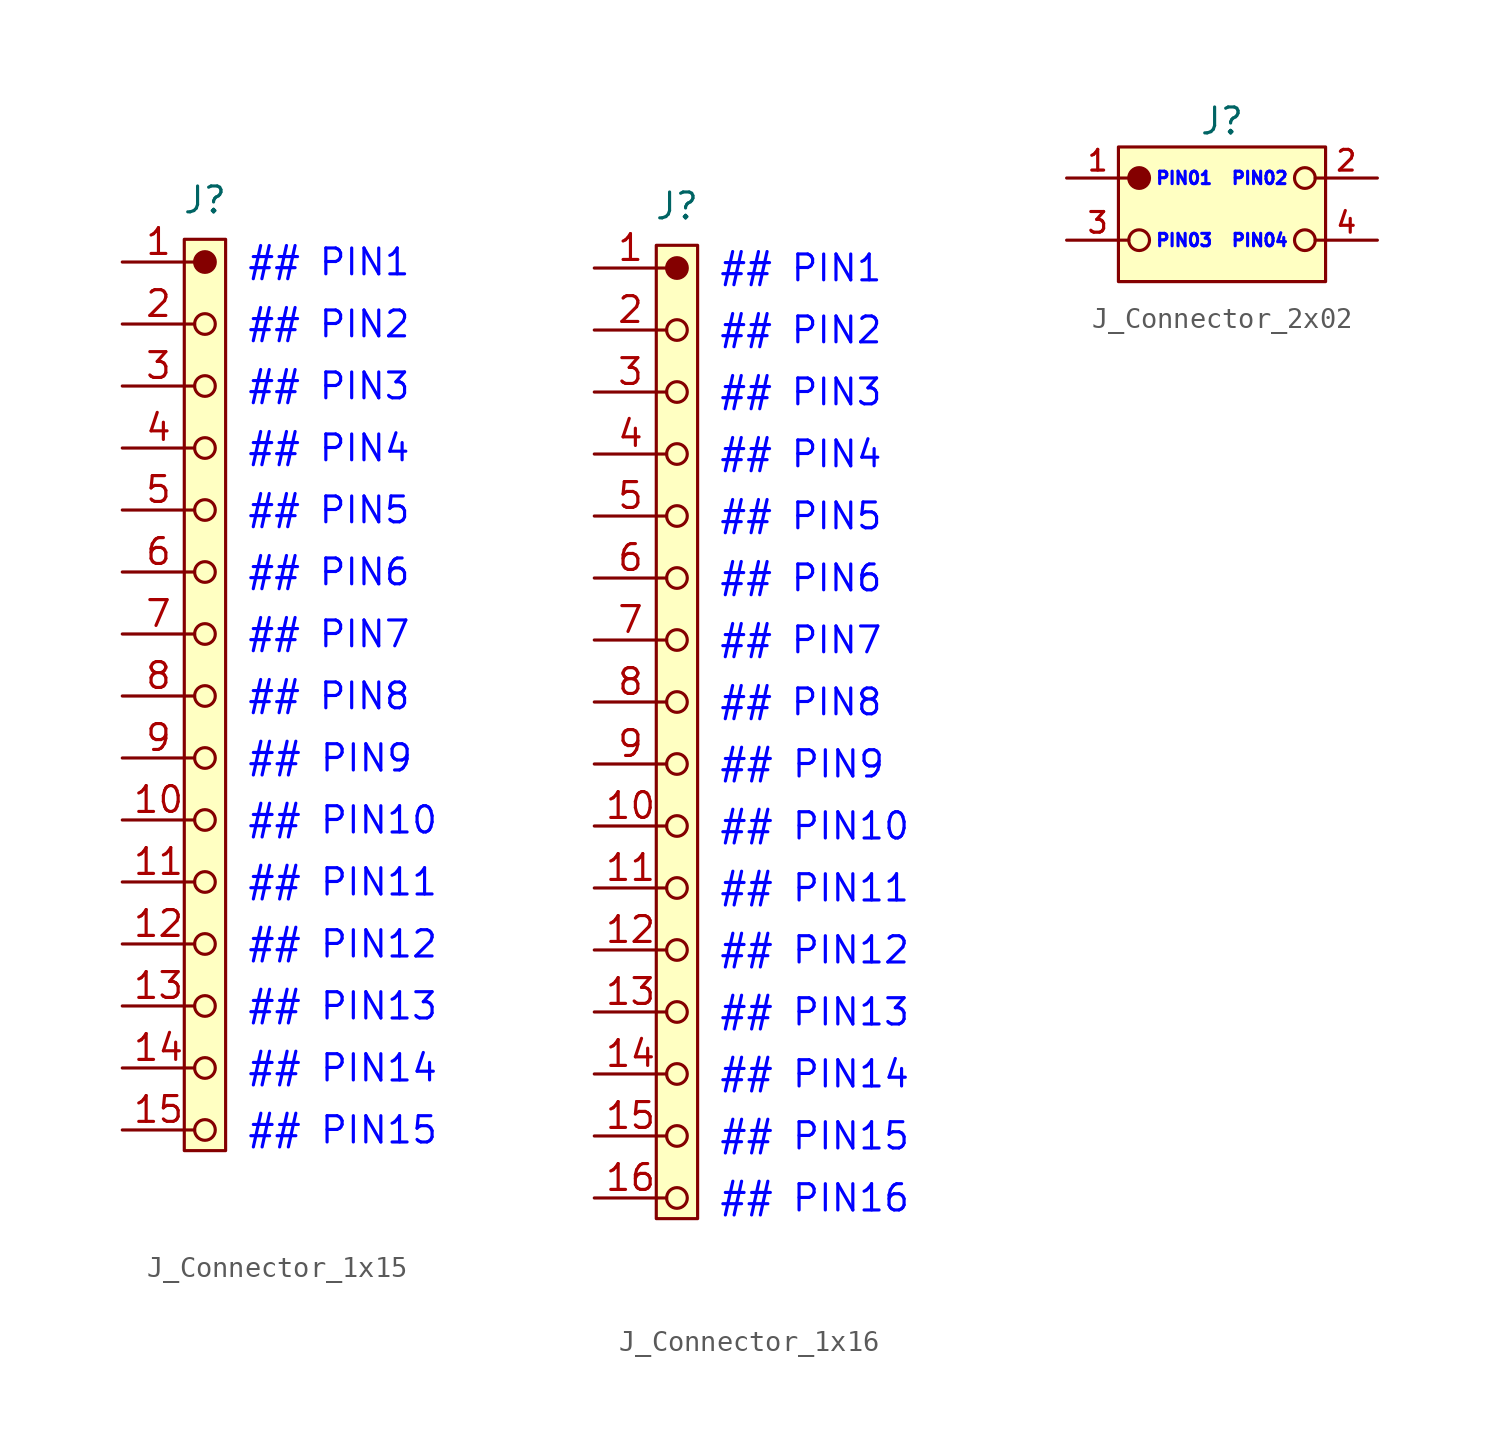
<source format=kicad_sym>
(kicad_symbol_lib
  (version 20241209)
  (generator "kicad_symbol_editor")
  (generator_version "9.0")
  (symbol "J_Connector_1x15"
    (pin_names
      (offset 0)
      (hide yes))
    (property "Reference" "J"
      (at 4 3 0)
      (do_not_autoplace)
      (effects (font (size 1.25 1.25))))
    (property "PIN_01" "## PIN1"
      (at 6 0 0)
      (do_not_autoplace)
      (effects (font (size 1.25 1.25) (color 0 0 255 1)) (justify left)))
    (property "PIN_02" "## PIN2"
      (at 6 -3 0)
      (do_not_autoplace)
      (effects (font (size 1.25 1.25) (color 0 0 255 1)) (justify left)))
    (property "PIN_03" "## PIN3"
      (at 6 -6 0)
      (do_not_autoplace)
      (effects (font (size 1.25 1.25) (color 0 0 255 1)) (justify left)))
    (property "PIN_04" "## PIN4"
      (at 6 -9 0)
      (do_not_autoplace)
      (effects (font (size 1.25 1.25) (color 0 0 255 1)) (justify left)))
    (property "PIN_05" "## PIN5"
      (at 6 -12 0)
      (do_not_autoplace)
      (effects (font (size 1.25 1.25) (color 0 0 255 1)) (justify left)))
    (property "PIN_06" "## PIN6"
      (at 6 -15 0)
      (do_not_autoplace)
      (effects (font (size 1.25 1.25) (color 0 0 255 1)) (justify left)))
    (property "PIN_07" "## PIN7"
      (at 6 -18 0)
      (do_not_autoplace)
      (effects (font (size 1.25 1.25) (color 0 0 255 1)) (justify left)))
    (property "PIN_08" "## PIN8"
      (at 6 -21 0)
      (do_not_autoplace)
      (effects (font (size 1.25 1.25) (color 0 0 255 1)) (justify left)))
    (property "PIN_09" "## PIN9"
      (at 6 -24 0)
      (do_not_autoplace)
      (effects (font (size 1.27 1.27) (color 0 0 255 1)) (justify left)))
    (property "PIN_10" "## PIN10"
      (at 6 -27 0)
      (do_not_autoplace)
      (effects (font (size 1.27 1.27) (color 0 0 255 1)) (justify left)))
    (property "PIN_11" "## PIN11"
      (at 6 -30 0)
      (do_not_autoplace)
      (effects (font (size 1.27 1.27) (color 0 0 255 1)) (justify left)))
    (property "PIN_12" "## PIN12"
      (at 6 -33 0)
      (do_not_autoplace)
      (effects (font (size 1.27 1.27) (color 0 0 255 1)) (justify left)))
    (property "PIN_13" "## PIN13"
      (at 6 -36 0)
      (do_not_autoplace)
      (effects (font (size 1.27 1.27) (color 0 0 255 1)) (justify left)))
    (property "PIN_14" "## PIN14"
      (at 6 -39 0)
      (do_not_autoplace)
      (effects (font (size 1.27 1.27) (color 0 0 255 1)) (justify left)))
    (property "PIN_15" "## PIN15"
      (at 6 -42 0)
      (do_not_autoplace)
      (effects (font (size 1.27 1.27) (color 0 0 255 1)) (justify left)))
    (symbol "J_Connector_1x15_0_1"
      (circle (center 4 -3) (radius 0.5) (stroke (width 0) (type default)) (fill (type none)))
      (circle (center 4 -6) (radius 0.5) (stroke (width 0) (type default)) (fill (type none)))
      (circle (center 4 -9) (radius 0.5) (stroke (width 0) (type default)) (fill (type none)))
      (circle (center 4 -12) (radius 0.5) (stroke (width 0) (type default)) (fill (type none)))
      (circle (center 4 -15) (radius 0.5) (stroke (width 0) (type default)) (fill (type none)))
      (circle (center 4 -18) (radius 0.5) (stroke (width 0) (type default)) (fill (type none)))
      (circle (center 4 -21) (radius 0.5) (stroke (width 0) (type default)) (fill (type none)))
      (circle (center 4 -24) (radius 0.5) (stroke (width 0) (type default)) (fill (type none)))
      (circle (center 4 -27) (radius 0.5) (stroke (width 0) (type default)) (fill (type none)))
      (circle (center 4 -30) (radius 0.5) (stroke (width 0) (type default)) (fill (type none)))
      (circle (center 4 -33) (radius 0.5) (stroke (width 0) (type default)) (fill (type none)))
      (circle (center 4 -36) (radius 0.5) (stroke (width 0) (type default)) (fill (type none)))
      (circle (center 4 -39) (radius 0.5) (stroke (width 0) (type default)) (fill (type none)))
      (circle (center 4 -42) (radius 0.5) (stroke (width 0) (type default)) (fill (type none))))
    (symbol "J_Connector_1x15_1_1"
      (rectangle (start 3 1.1) (end 5 -43) (stroke (width 0) (type default)) (fill (type background)))
      (circle (center 4 0) (radius 0.5) (stroke (width 0) (type default)) (fill (type outline)))
      (pin passive line (at 0 0 0) (length 3.5) (name "1" (effects (font (size 1.25 1.25)))) (number "1" (effects (font (size 1.25 1.25)))))
      (pin passive line (at 0 -3 0) (length 3.5) (name "2" (effects (font (size 1.25 1.25)))) (number "2" (effects (font (size 1.25 1.25)))))
      (pin passive line (at 0 -6 0) (length 3.5) (name "3" (effects (font (size 1.25 1.25)))) (number "3" (effects (font (size 1.25 1.25)))))
      (pin passive line (at 0 -9 0) (length 3.5) (name "4" (effects (font (size 1.25 1.25)))) (number "4" (effects (font (size 1.25 1.25)))))
      (pin passive line (at 0 -12 0) (length 3.5) (name "5" (effects (font (size 1.25 1.25)))) (number "5" (effects (font (size 1.25 1.25)))))
      (pin passive line (at 0 -15 0) (length 3.5) (name "6" (effects (font (size 1.25 1.25)))) (number "6" (effects (font (size 1.25 1.25)))))
      (pin passive line (at 0 -18 0) (length 3.5) (name "7" (effects (font (size 1.25 1.25)))) (number "7" (effects (font (size 1.25 1.25)))))
      (pin passive line (at 0 -21 0) (length 3.5) (name "8" (effects (font (size 1.25 1.25)))) (number "8" (effects (font (size 1.25 1.25)))))
      (pin passive line (at 0 -24 0) (length 3.5) (name "9" (effects (font (size 1.25 1.25)))) (number "9" (effects (font (size 1.25 1.25)))))
      (pin passive line (at 0 -27 0) (length 3.5) (name "10" (effects (font (size 1.25 1.25)))) (number "10" (effects (font (size 1.25 1.25)))))
      (pin passive line (at 0 -30 0) (length 3.5) (name "11" (effects (font (size 1.25 1.25)))) (number "11" (effects (font (size 1.25 1.25)))))
      (pin passive line (at 0 -33 0) (length 3.5) (name "12" (effects (font (size 1.25 1.25)))) (number "12" (effects (font (size 1.25 1.25)))))
      (pin passive line (at 0 -36 0) (length 3.5) (name "13" (effects (font (size 1.25 1.25)))) (number "13" (effects (font (size 1.25 1.25)))))
      (pin passive line (at 0 -39 0) (length 3.5) (name "14" (effects (font (size 1.25 1.25)))) (number "14" (effects (font (size 1.25 1.25)))))
      (pin passive line (at 0 -42 0) (length 3.5) (name "15" (effects (font (size 1.25 1.25)))) (number "15" (effects (font (size 1.25 1.25)))))))
  (symbol "J_Connector_1x16"
    (pin_names
      (offset 0)
      (hide yes))
    (property "Reference" "J"
      (at 4 3 0)
      (do_not_autoplace)
      (effects (font (size 1.25 1.25))))
    (property "PIN_01" "## PIN1"
      (at 6 0 0)
      (do_not_autoplace)
      (effects (font (size 1.25 1.25) (color 0 0 255 1)) (justify left)))
    (property "PIN_02" "## PIN2"
      (at 6 -3 0)
      (do_not_autoplace)
      (effects (font (size 1.25 1.25) (color 0 0 255 1)) (justify left)))
    (property "PIN_03" "## PIN3"
      (at 6 -6 0)
      (do_not_autoplace)
      (effects (font (size 1.25 1.25) (color 0 0 255 1)) (justify left)))
    (property "PIN_04" "## PIN4"
      (at 6 -9 0)
      (do_not_autoplace)
      (effects (font (size 1.25 1.25) (color 0 0 255 1)) (justify left)))
    (property "PIN_05" "## PIN5"
      (at 6 -12 0)
      (do_not_autoplace)
      (effects (font (size 1.25 1.25) (color 0 0 255 1)) (justify left)))
    (property "PIN_06" "## PIN6"
      (at 6 -15 0)
      (do_not_autoplace)
      (effects (font (size 1.25 1.25) (color 0 0 255 1)) (justify left)))
    (property "PIN_07" "## PIN7"
      (at 6 -18 0)
      (do_not_autoplace)
      (effects (font (size 1.25 1.25) (color 0 0 255 1)) (justify left)))
    (property "PIN_08" "## PIN8"
      (at 6 -21 0)
      (do_not_autoplace)
      (effects (font (size 1.25 1.25) (color 0 0 255 1)) (justify left)))
    (property "PIN_09" "## PIN9"
      (at 6 -24 0)
      (do_not_autoplace)
      (effects (font (size 1.27 1.27) (color 0 0 255 1)) (justify left)))
    (property "PIN_10" "## PIN10"
      (at 6 -27 0)
      (do_not_autoplace)
      (effects (font (size 1.27 1.27) (color 0 0 255 1)) (justify left)))
    (property "PIN_11" "## PIN11"
      (at 6 -30 0)
      (do_not_autoplace)
      (effects (font (size 1.27 1.27) (color 0 0 255 1)) (justify left)))
    (property "PIN_12" "## PIN12"
      (at 6 -33 0)
      (do_not_autoplace)
      (effects (font (size 1.27 1.27) (color 0 0 255 1)) (justify left)))
    (property "PIN_13" "## PIN13"
      (at 6 -36 0)
      (do_not_autoplace)
      (effects (font (size 1.27 1.27) (color 0 0 255 1)) (justify left)))
    (property "PIN_14" "## PIN14"
      (at 6 -39 0)
      (do_not_autoplace)
      (effects (font (size 1.27 1.27) (color 0 0 255 1)) (justify left)))
    (property "PIN_15" "## PIN15"
      (at 6 -42 0)
      (do_not_autoplace)
      (effects (font (size 1.27 1.27) (color 0 0 255 1)) (justify left)))
    (property "PIN_16" "## PIN16"
      (at 6 -45 0)
      (do_not_autoplace)
      (effects (font (size 1.27 1.27) (color 0 0 255 1)) (justify left)))
    (symbol "J_Connector_1x16_0_1"
      (circle (center 4 -3) (radius 0.5) (stroke (width 0) (type default)) (fill (type none)))
      (circle (center 4 -6) (radius 0.5) (stroke (width 0) (type default)) (fill (type none)))
      (circle (center 4 -9) (radius 0.5) (stroke (width 0) (type default)) (fill (type none)))
      (circle (center 4 -12) (radius 0.5) (stroke (width 0) (type default)) (fill (type none)))
      (circle (center 4 -15) (radius 0.5) (stroke (width 0) (type default)) (fill (type none)))
      (circle (center 4 -18) (radius 0.5) (stroke (width 0) (type default)) (fill (type none)))
      (circle (center 4 -21) (radius 0.5) (stroke (width 0) (type default)) (fill (type none)))
      (circle (center 4 -24) (radius 0.5) (stroke (width 0) (type default)) (fill (type none)))
      (circle (center 4 -27) (radius 0.5) (stroke (width 0) (type default)) (fill (type none)))
      (circle (center 4 -30) (radius 0.5) (stroke (width 0) (type default)) (fill (type none)))
      (circle (center 4 -33) (radius 0.5) (stroke (width 0) (type default)) (fill (type none)))
      (circle (center 4 -36) (radius 0.5) (stroke (width 0) (type default)) (fill (type none)))
      (circle (center 4 -39) (radius 0.5) (stroke (width 0) (type default)) (fill (type none)))
      (circle (center 4 -42) (radius 0.5) (stroke (width 0) (type default)) (fill (type none)))
      (circle (center 4 -45) (radius 0.5) (stroke (width 0) (type default)) (fill (type none))))
    (symbol "J_Connector_1x16_1_1"
      (rectangle (start 3 1.1) (end 5 -46) (stroke (width 0) (type default)) (fill (type background)))
      (circle (center 4 0) (radius 0.5) (stroke (width 0) (type default)) (fill (type outline)))
      (pin passive line (at 0 0 0) (length 3.5) (name "1" (effects (font (size 1.25 1.25)))) (number "1" (effects (font (size 1.25 1.25)))))
      (pin passive line (at 0 -3 0) (length 3.5) (name "2" (effects (font (size 1.25 1.25)))) (number "2" (effects (font (size 1.25 1.25)))))
      (pin passive line (at 0 -6 0) (length 3.5) (name "3" (effects (font (size 1.25 1.25)))) (number "3" (effects (font (size 1.25 1.25)))))
      (pin passive line (at 0 -9 0) (length 3.5) (name "4" (effects (font (size 1.25 1.25)))) (number "4" (effects (font (size 1.25 1.25)))))
      (pin passive line (at 0 -12 0) (length 3.5) (name "5" (effects (font (size 1.25 1.25)))) (number "5" (effects (font (size 1.25 1.25)))))
      (pin passive line (at 0 -15 0) (length 3.5) (name "6" (effects (font (size 1.25 1.25)))) (number "6" (effects (font (size 1.25 1.25)))))
      (pin passive line (at 0 -18 0) (length 3.5) (name "7" (effects (font (size 1.25 1.25)))) (number "7" (effects (font (size 1.25 1.25)))))
      (pin passive line (at 0 -21 0) (length 3.5) (name "8" (effects (font (size 1.25 1.25)))) (number "8" (effects (font (size 1.25 1.25)))))
      (pin passive line (at 0 -24 0) (length 3.5) (name "9" (effects (font (size 1.25 1.25)))) (number "9" (effects (font (size 1.25 1.25)))))
      (pin passive line (at 0 -27 0) (length 3.5) (name "10" (effects (font (size 1.25 1.25)))) (number "10" (effects (font (size 1.25 1.25)))))
      (pin passive line (at 0 -30 0) (length 3.5) (name "11" (effects (font (size 1.25 1.25)))) (number "11" (effects (font (size 1.25 1.25)))))
      (pin passive line (at 0 -33 0) (length 3.5) (name "12" (effects (font (size 1.25 1.25)))) (number "12" (effects (font (size 1.25 1.25)))))
      (pin passive line (at 0 -36 0) (length 3.5) (name "13" (effects (font (size 1.25 1.25)))) (number "13" (effects (font (size 1.25 1.25)))))
      (pin passive line (at 0 -39 0) (length 3.5) (name "14" (effects (font (size 1.25 1.25)))) (number "14" (effects (font (size 1.25 1.25)))))
      (pin passive line (at 0 -42 0) (length 3.5) (name "15" (effects (font (size 1.25 1.25)))) (number "15" (effects (font (size 1.25 1.25)))))
      (pin passive line (at 0 -45 0) (length 3.5) (name "16" (effects (font (size 1.25 1.25)))) (number "16" (effects (font (size 1.25 1.25)))))))
  (symbol "J_Connector_2x02"
    (pin_names
      (offset 0)
      (hide yes))
    (property "Reference" "J"
      (at 7.5 2.75 0)
      (do_not_autoplace)
      (effects (font (size 1.25 1.25))))
    (property "PIN_01" "PIN01"
      (at 4.25 0 0)
      (do_not_autoplace)
      (effects (font (size 0.6 0.6) (color 0 0 255 1)) (justify left)))
    (property "PIN_02" "PIN02"
      (at 10.75 0 0)
      (do_not_autoplace)
      (effects (font (size 0.6 0.6) (color 0 0 255 1)) (justify right)))
    (property "PIN_03" "PIN03"
      (at 4.25 -3 0)
      (do_not_autoplace)
      (effects (font (size 0.6 0.6) (color 0 0 255 1)) (justify left)))
    (property "PIN_04" "PIN04"
      (at 10.75 -3 0)
      (do_not_autoplace)
      (effects (font (size 0.6 0.6) (color 0 0 255 1)) (justify right)))
    (symbol "J_Connector_2x02_0_1"
      (circle (center 3.5 -3) (radius 0.5) (stroke (width 0) (type default)) (fill (type none)))
      (circle (center 11.5 0) (radius 0.5) (stroke (width 0) (type default)) (fill (type none)))
      (circle (center 11.5 -3) (radius 0.5) (stroke (width 0) (type default)) (fill (type none))))
    (symbol "J_Connector_2x02_1_1"
      (rectangle (start 2.5 1.5) (end 12.5 -5) (stroke (width 0) (type default)) (fill (type background)))
      (circle (center 3.5 0) (radius 0.5) (stroke (width 0) (type default)) (fill (type outline)))
      (pin passive line (at 0 0 0) (length 3) (name "1" (effects (font (size 1 1)))) (number "1" (effects (font (size 1 1)))))
      (pin passive line (at 0 -3 0) (length 3) (name "3" (effects (font (size 1 1)))) (number "3" (effects (font (size 1 1)))))
      (pin passive line (at 15 0 180) (length 3) (name "2" (effects (font (size 1 1)))) (number "2" (effects (font (size 1 1)))))
      (pin passive line (at 15 -3 180) (length 3) (name "4" (effects (font (size 1 1)))) (number "4" (effects (font (size 1 1))))))))
</source>
